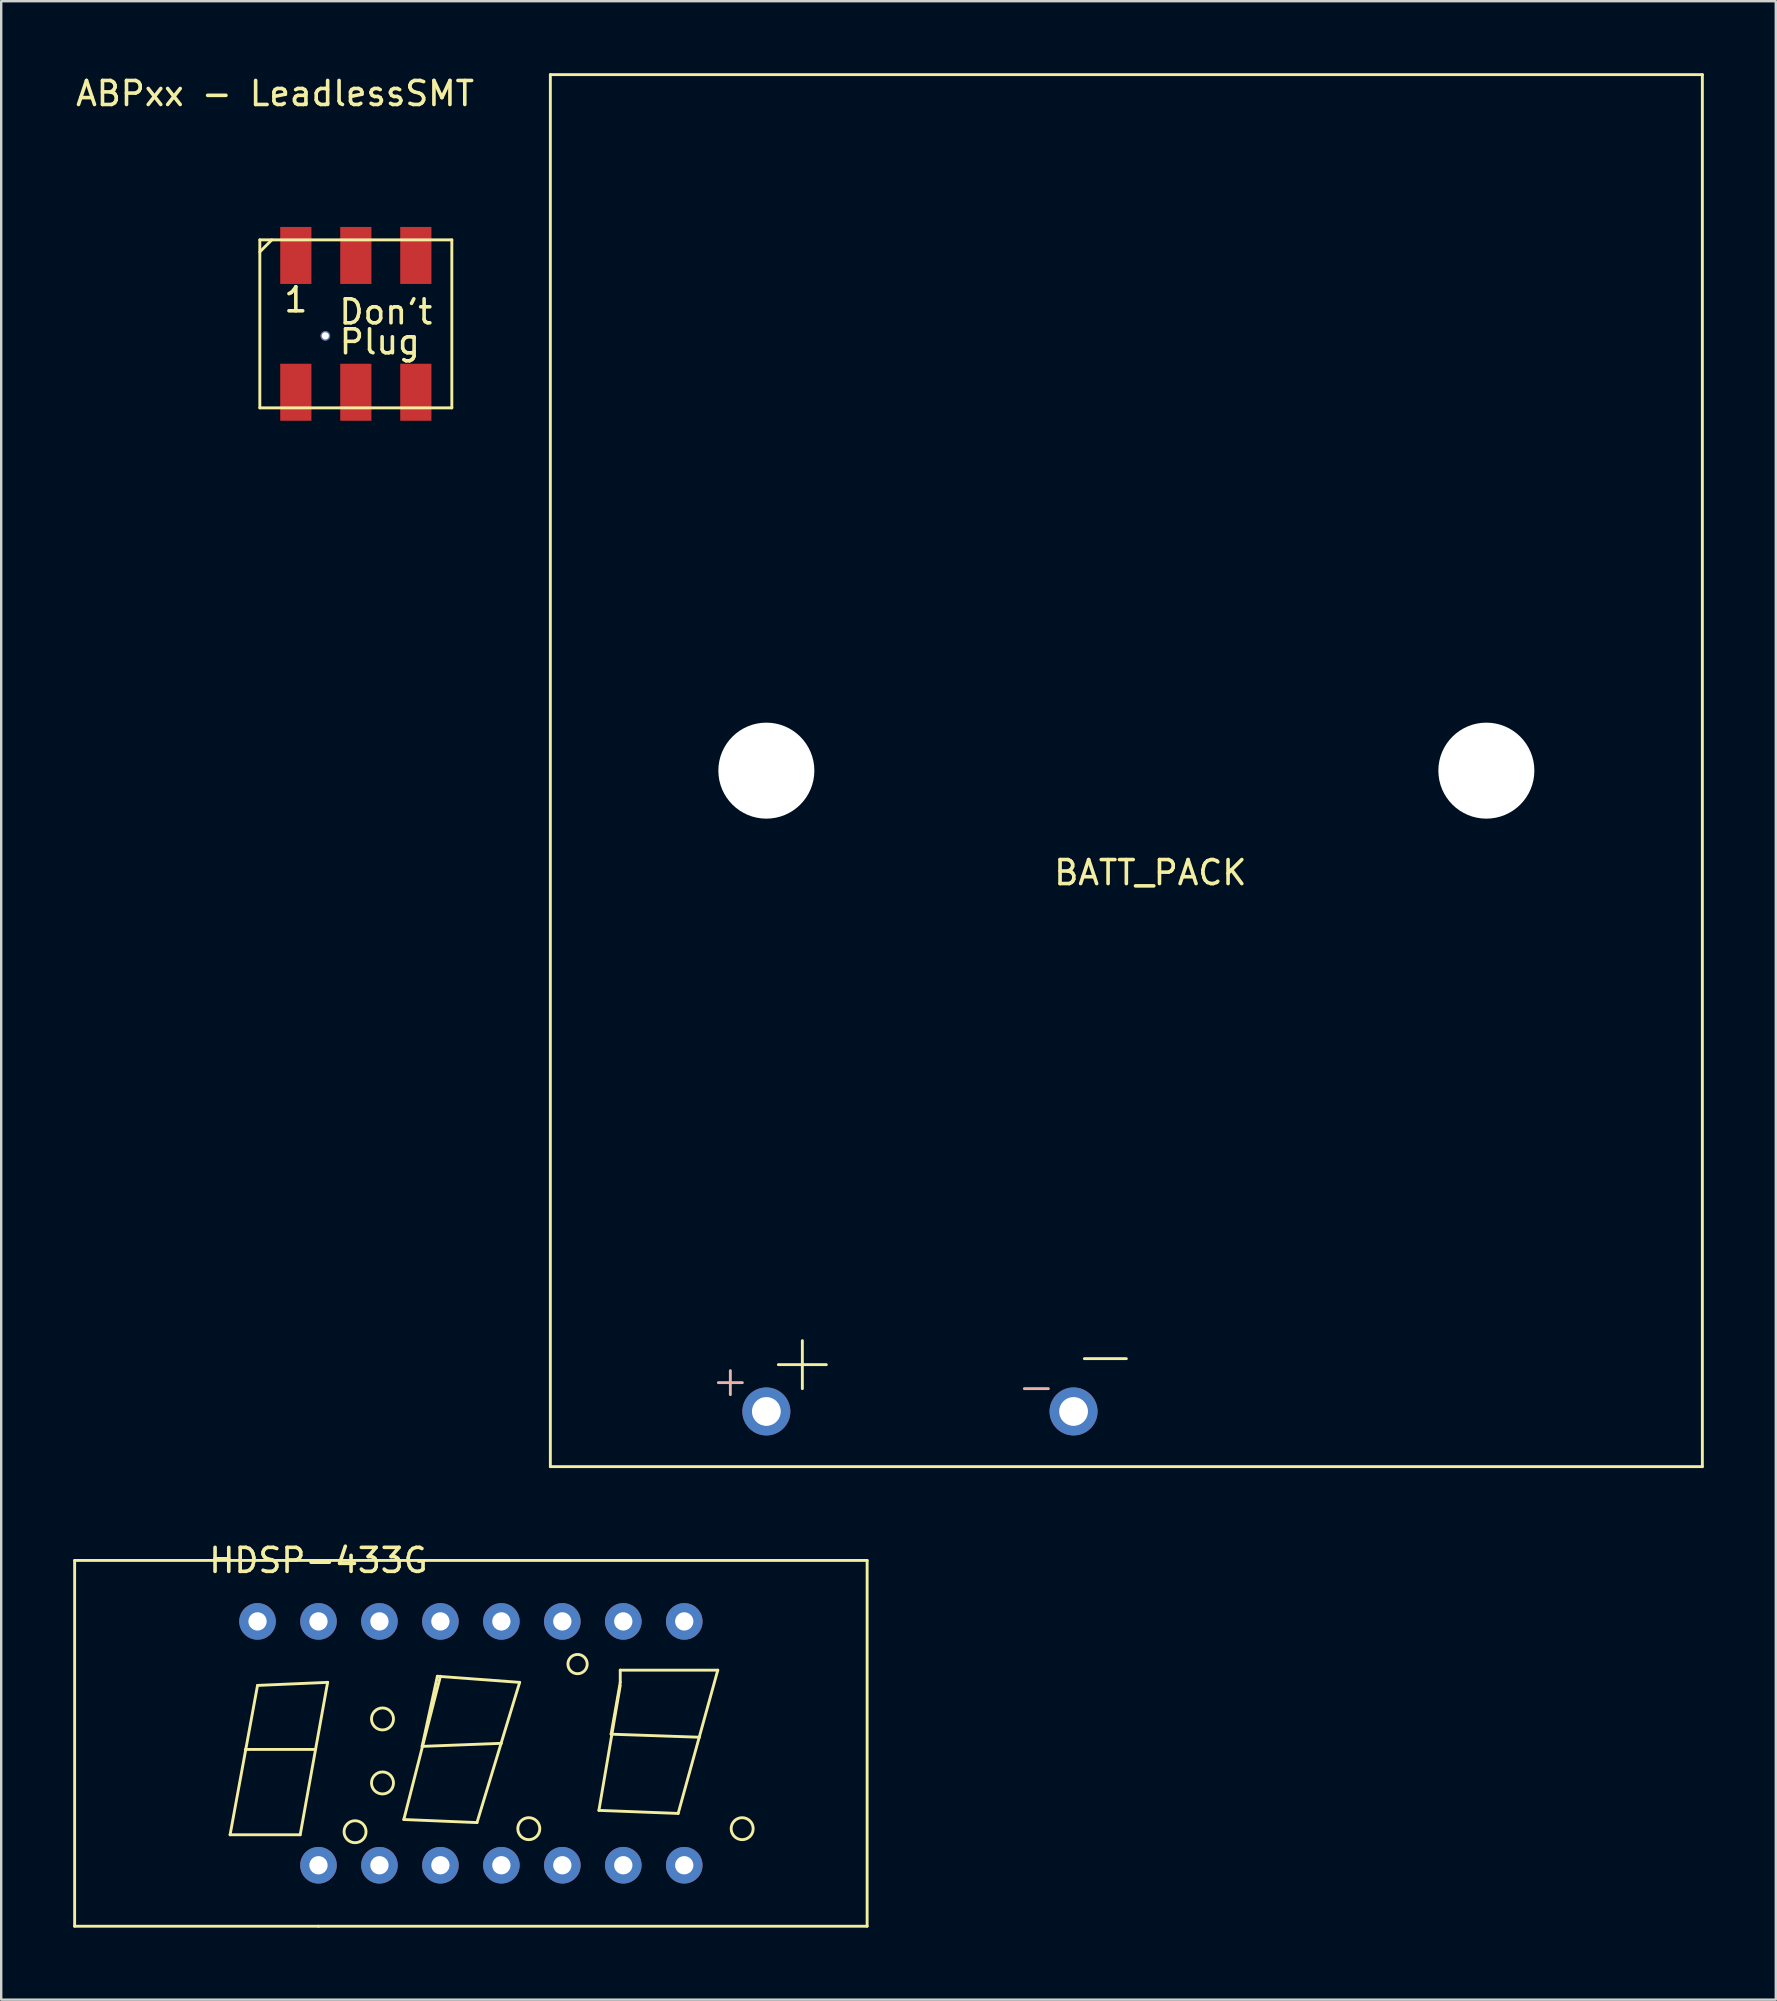
<source format=kicad_pcb>
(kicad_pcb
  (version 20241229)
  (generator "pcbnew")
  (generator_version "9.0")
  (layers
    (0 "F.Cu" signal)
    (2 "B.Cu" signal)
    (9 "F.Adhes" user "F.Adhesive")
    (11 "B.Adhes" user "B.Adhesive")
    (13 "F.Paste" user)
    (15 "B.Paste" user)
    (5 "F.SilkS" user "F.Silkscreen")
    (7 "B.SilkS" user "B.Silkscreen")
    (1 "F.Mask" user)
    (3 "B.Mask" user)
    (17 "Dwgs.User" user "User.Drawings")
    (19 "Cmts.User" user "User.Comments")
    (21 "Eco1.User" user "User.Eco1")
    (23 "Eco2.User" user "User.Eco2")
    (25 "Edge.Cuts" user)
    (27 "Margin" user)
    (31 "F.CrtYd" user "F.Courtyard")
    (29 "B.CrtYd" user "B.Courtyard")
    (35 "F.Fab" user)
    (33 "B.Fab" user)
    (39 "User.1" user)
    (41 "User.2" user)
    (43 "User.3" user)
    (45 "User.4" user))
  (footprint "ABPxx - LeadlessSMT"
    (layer "F.Cu")
    (at 7.776 6.944)
    (property "Reference" "ABPxx - LeadlessSMT" (at 0.635 -6.096 0) (layer "F.SilkS") (effects (font (size 1 1) (thickness 0.15))))
    (attr through_hole)
    (fp_line (start 0 0) (end 0 7) (stroke (width 0.12) (type solid)) (layer "F.SilkS"))
    (fp_line (start 0 0.5) (end 0.5 0) (stroke (width 0.12) (type solid)) (layer "F.SilkS"))
    (fp_line (start 0 7) (end 8 7) (stroke (width 0.12) (type solid)) (layer "F.SilkS"))
    (fp_line (start 8 0) (end 0 0) (stroke (width 0.12) (type solid)) (layer "F.SilkS"))
    (fp_line (start 8 7) (end 8 0) (stroke (width 0.12) (type solid)) (layer "F.SilkS"))
    (fp_text user "Don't" (at 5.25 3 0) (layer "F.SilkS") (effects (font (size 1 1) (thickness 0.15))))
    (fp_text user "1" (at 1.5 2.5 0) (layer "F.SilkS") (effects (font (size 1 1) (thickness 0.15))))
    (fp_text user "Plug" (at 5 4.25 0) (layer "F.SilkS") (effects (font (size 1 1) (thickness 0.15))))
    (pad "" thru_hole circle (at 2.73 4) (size 0.4 0.4) (drill 0.3) (layers "*.Cu" "*.Mask"))
    (pad "1" smd rect (at 1.5 0) (size 1.3 2.375) (drill (offset 0 0.65)) (layers "F.Cu" "F.Mask" "F.Paste"))
    (pad "2" smd rect (at 4 0) (size 1.3 2.375) (drill (offset 0 0.65)) (layers "F.Cu" "F.Mask" "F.Paste"))
    (pad "3" smd rect (at 6.5 0) (size 1.3 2.375) (drill (offset 0 0.65)) (layers "F.Cu" "F.Mask" "F.Paste"))
    (pad "4" smd rect (at 6.5 7 180) (size 1.3 2.375) (drill (offset 0 0.65)) (layers "F.Cu" "F.Mask" "F.Paste"))
    (pad "5" smd rect (at 4 7 180) (size 1.3 2.375) (drill (offset 0 0.65)) (layers "F.Cu" "F.Mask" "F.Paste"))
    (pad "6" smd rect (at 1.5 7 180) (size 1.3 2.375) (drill (offset 0 0.65)) (layers "F.Cu" "F.Mask" "F.Paste")))
  (footprint "HDSP-433G"
    (layer "F.Cu")
    (at 10.22 64.508)
    (property "Reference" "HDSP-433G" (at 0 -2.54 0) (layer "F.SilkS") (effects (font (size 1 1) (thickness 0.15))))
    (attr through_hole)
    (fp_line (start -10.16 -2.54) (end -10.16 12.7) (stroke (width 0.12) (type solid)) (layer "F.SilkS"))
    (fp_line (start -10.16 12.7) (end 0 12.7) (stroke (width 0.12) (type solid)) (layer "F.SilkS"))
    (fp_line (start -3.683 8.89) (end -0.762 8.89) (stroke (width 0.12) (type solid)) (layer "F.SilkS"))
    (fp_line (start -3.048 5.334) (end -0.127 5.334) (stroke (width 0.12) (type solid)) (layer "F.SilkS"))
    (fp_line (start -2.54 2.667) (end -3.683 8.89) (stroke (width 0.12) (type solid)) (layer "F.SilkS"))
    (fp_line (start -0.762 8.89) (end 0.381 2.54) (stroke (width 0.12) (type solid)) (layer "F.SilkS"))
    (fp_line (start 0 12.7) (end 22.86 12.7) (stroke (width 0.12) (type solid)) (layer "F.SilkS"))
    (fp_line (start 0.381 2.54) (end -2.54 2.667) (stroke (width 0.12) (type solid)) (layer "F.SilkS"))
    (fp_line (start 3.556 8.255) (end 6.604 8.382) (stroke (width 0.12) (type solid)) (layer "F.SilkS"))
    (fp_line (start 4.318 5.207) (end 7.62 5.08) (stroke (width 0.12) (type solid)) (layer "F.SilkS"))
    (fp_line (start 4.953 2.286) (end 4.318 5.207) (stroke (width 0.12) (type solid)) (layer "F.SilkS"))
    (fp_line (start 5.08 2.286) (end 3.556 8.255) (stroke (width 0.12) (type solid)) (layer "F.SilkS"))
    (fp_line (start 6.604 8.382) (end 8.382 2.54) (stroke (width 0.12) (type solid)) (layer "F.SilkS"))
    (fp_line (start 8.382 2.54) (end 4.953 2.286) (stroke (width 0.12) (type solid)) (layer "F.SilkS"))
    (fp_line (start 11.684 7.874) (end 14.986 8.001) (stroke (width 0.12) (type solid)) (layer "F.SilkS"))
    (fp_line (start 12.192 4.699) (end 15.875 4.826) (stroke (width 0.12) (type solid)) (layer "F.SilkS"))
    (fp_line (start 12.573 2.032) (end 12.573 2.54) (stroke (width 0.12) (type solid)) (layer "F.SilkS"))
    (fp_line (start 12.573 2.54) (end 12.192 4.699) (stroke (width 0.12) (type solid)) (layer "F.SilkS"))
    (fp_line (start 12.573 2.667) (end 11.684 7.874) (stroke (width 0.12) (type solid)) (layer "F.SilkS"))
    (fp_line (start 14.986 8.001) (end 16.637 2.032) (stroke (width 0.12) (type solid)) (layer "F.SilkS"))
    (fp_line (start 16.637 2.032) (end 12.573 2.032) (stroke (width 0.12) (type solid)) (layer "F.SilkS"))
    (fp_line (start 22.86 -2.54) (end -10.16 -2.54) (stroke (width 0.12) (type solid)) (layer "F.SilkS"))
    (fp_line (start 22.86 12.7) (end 22.86 -2.54) (stroke (width 0.12) (type solid)) (layer "F.SilkS"))
    (fp_circle (center 1.524 8.763) (end 1.905 9.017) (stroke (width 0.12) (type solid)) (fill no) (layer "F.SilkS"))
    (fp_circle (center 2.667 4.064) (end 2.921 4.445) (stroke (width 0.12) (type solid)) (fill no) (layer "F.SilkS"))
    (fp_circle (center 2.667 6.731) (end 2.921 7.112) (stroke (width 0.12) (type solid)) (fill no) (layer "F.SilkS"))
    (fp_circle (center 8.763 8.636) (end 9.017 9.017) (stroke (width 0.12) (type solid)) (fill no) (layer "F.SilkS"))
    (fp_circle (center 10.795 1.778) (end 11.176 1.905) (stroke (width 0.12) (type solid)) (fill no) (layer "F.SilkS"))
    (fp_circle (center 17.653 8.636) (end 18.034 8.89) (stroke (width 0.12) (type solid)) (fill no) (layer "F.SilkS"))
    (pad "1" thru_hole circle (at 0 10.16) (size 1.524 1.524) (drill 0.762) (layers "*.Cu" "*.Mask"))
    (pad "2" thru_hole circle (at 2.54 10.16) (size 1.524 1.524) (drill 0.762) (layers "*.Cu" "*.Mask"))
    (pad "3" thru_hole circle (at 5.08 10.16) (size 1.524 1.524) (drill 0.762) (layers "*.Cu" "*.Mask"))
    (pad "4" thru_hole circle (at 7.62 10.16) (size 1.524 1.524) (drill 0.762) (layers "*.Cu" "*.Mask"))
    (pad "5" thru_hole circle (at 10.16 10.16) (size 1.524 1.524) (drill 0.762) (layers "*.Cu" "*.Mask"))
    (pad "6" thru_hole circle (at 12.7 10.16) (size 1.524 1.524) (drill 0.762) (layers "*.Cu" "*.Mask"))
    (pad "7" thru_hole circle (at 15.24 10.16) (size 1.524 1.524) (drill 0.762) (layers "*.Cu" "*.Mask"))
    (pad "8" thru_hole circle (at 15.24 0) (size 1.524 1.524) (drill 0.762) (layers "*.Cu" "*.Mask"))
    (pad "9" thru_hole circle (at 12.7 0) (size 1.524 1.524) (drill 0.762) (layers "*.Cu" "*.Mask"))
    (pad "10" thru_hole circle (at 10.16 0) (size 1.524 1.524) (drill 0.762) (layers "*.Cu" "*.Mask"))
    (pad "11" thru_hole circle (at 7.62 0) (size 1.524 1.524) (drill 0.762) (layers "*.Cu" "*.Mask"))
    (pad "12" thru_hole circle (at 5.08 0) (size 1.524 1.524) (drill 0.762) (layers "*.Cu" "*.Mask"))
    (pad "13" thru_hole circle (at 2.54 0) (size 1.524 1.524) (drill 0.762) (layers "*.Cu" "*.Mask"))
    (pad "14" thru_hole circle (at 0 0) (size 1.524 1.524) (drill 0.762) (layers "*.Cu" "*.Mask"))
    (pad "15" thru_hole circle (at -2.54 0) (size 1.524 1.524) (drill 0.762) (layers "*.Cu" "*.Mask")))
  (footprint "BATT_PACK"
    (layer "F.Cu")
    (at 28.881 29.06)
    (property "Reference" "BATT_PACK" (at 16 4.25 0) (layer "F.SilkS") (effects (font (size 1 1) (thickness 0.15))))
    (attr through_hole)
    (fp_line (start -9 -29) (end -9 29) (stroke (width 0.12) (type solid)) (layer "F.SilkS"))
    (fp_line (start -9 29) (end 39 29) (stroke (width 0.12) (type solid)) (layer "F.SilkS"))
    (fp_line (start 1.5 23.75) (end 1.5 25.75) (stroke (width 0.12) (type solid)) (layer "F.SilkS"))
    (fp_line (start 2.5 24.75) (end 0.5 24.75) (stroke (width 0.12) (type solid)) (layer "F.SilkS"))
    (fp_line (start 13.25 24.5) (end 15 24.5) (stroke (width 0.12) (type solid)) (layer "F.SilkS"))
    (fp_line (start 39 -29) (end -9 -29) (stroke (width 0.12) (type solid)) (layer "F.SilkS"))
    (fp_line (start 39 29) (end 39 -29) (stroke (width 0.12) (type solid)) (layer "F.SilkS"))
    (fp_line (start -1.5 25) (end -1.5 26) (stroke (width 0.12) (type solid)) (layer "B.SilkS"))
    (fp_line (start -1 25.5) (end -2 25.5) (stroke (width 0.12) (type solid)) (layer "B.SilkS"))
    (fp_line (start 11.75 25.75) (end 10.75 25.75) (stroke (width 0.12) (type solid)) (layer "B.SilkS"))
    (pad "" np_thru_hole circle (at 0 0) (size 4 4) (drill 4) (layers "*.Cu" "*.Mask"))
    (pad "" np_thru_hole circle (at 30 0) (size 4 4) (drill 4) (layers "*.Cu" "*.Mask"))
    (pad "1" thru_hole circle (at 0 26.7) (size 2 2) (drill 1.2) (layers "*.Cu" "*.Mask"))
    (pad "2" thru_hole circle (at 12.8 26.7) (size 2 2) (drill 1.2) (layers "*.Cu" "*.Mask")))
  (gr_rect
    (start -3 -3)
    (end 70.941 80.268)
    (stroke (width 0.1) (type default))
    (fill no)
    (layer "Edge.Cuts")))
</source>
